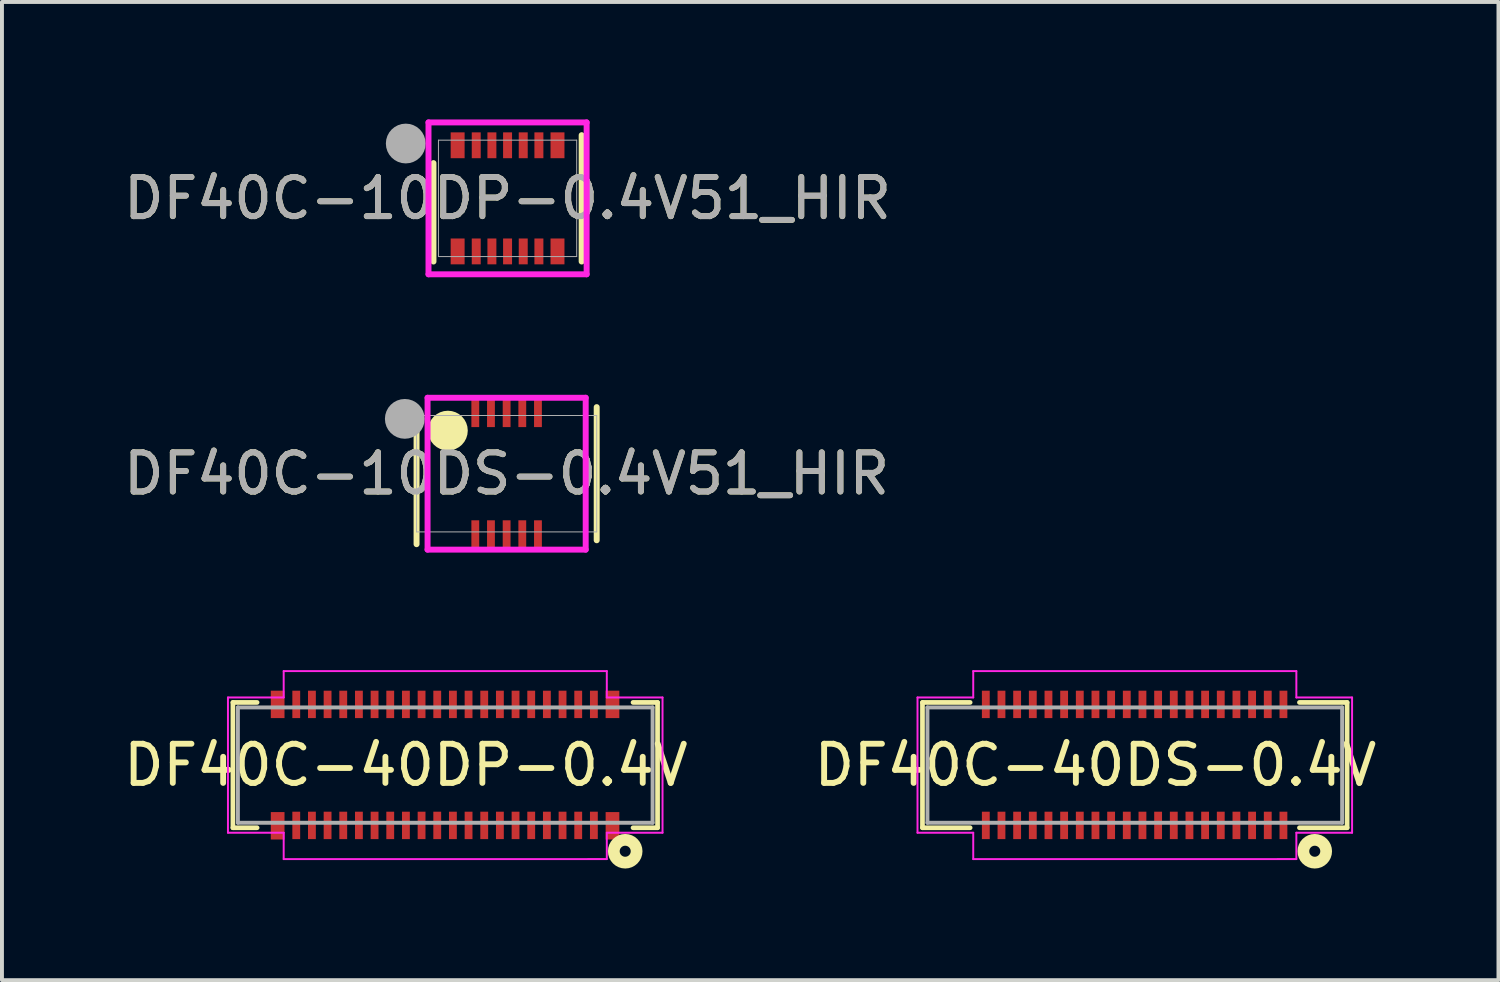
<source format=kicad_pcb>
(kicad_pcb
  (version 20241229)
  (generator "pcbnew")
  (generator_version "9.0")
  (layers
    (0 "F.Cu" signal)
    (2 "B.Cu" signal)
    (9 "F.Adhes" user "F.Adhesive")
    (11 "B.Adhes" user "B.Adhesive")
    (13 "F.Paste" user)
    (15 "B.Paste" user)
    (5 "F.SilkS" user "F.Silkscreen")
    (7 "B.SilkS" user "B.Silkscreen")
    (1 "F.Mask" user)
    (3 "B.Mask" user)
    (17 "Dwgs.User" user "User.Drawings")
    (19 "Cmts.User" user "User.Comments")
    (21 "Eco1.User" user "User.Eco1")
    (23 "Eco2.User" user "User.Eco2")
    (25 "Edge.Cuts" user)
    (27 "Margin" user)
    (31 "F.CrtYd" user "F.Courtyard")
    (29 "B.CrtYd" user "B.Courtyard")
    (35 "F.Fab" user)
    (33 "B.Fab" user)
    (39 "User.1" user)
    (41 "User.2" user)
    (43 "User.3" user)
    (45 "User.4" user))
  (footprint "DF40C-10DS-0.4V51_HIR"
    (layer "F.Cu")
    (at 9.887 9.046)
    (property "Reference" "DF40C-10DS-0.4V51_HIR" (at 0 0 0) (unlocked yes) (layer "F.SilkS") (effects (font (size 1 1) (thickness 0.15))))
    (attr smd)
    (fp_line (start -2.3 1.8) (end -2.3 -1.6) (stroke (width 0.152) (type solid)) (layer "F.SilkS"))
    (fp_line (start 2.3 1.7) (end 2.3 -1.7) (stroke (width 0.152) (type solid)) (layer "F.SilkS"))
    (fp_circle (center -1.5 -1.1) (end -1.5 -1.1) (stroke (width 0.508) (type solid)) (fill no) (layer "F.SilkS"))
    (fp_line (start -2.019 -1.939) (end -2.019 1.939) (stroke (width 0.152) (type solid)) (layer "F.CrtYd"))
    (fp_line (start -2.019 1.939) (end 2.019 1.939) (stroke (width 0.152) (type solid)) (layer "F.CrtYd"))
    (fp_line (start 2.019 -1.939) (end -2.019 -1.939) (stroke (width 0.152) (type solid)) (layer "F.CrtYd"))
    (fp_line (start 2.019 1.939) (end 2.019 -1.939) (stroke (width 0.152) (type solid)) (layer "F.CrtYd"))
    (fp_line (start -2.3 -1.486) (end -2.3 1.486) (stroke (width 0.025) (type solid)) (layer "F.Fab"))
    (fp_line (start -2.3 1.486) (end 2.3 1.486) (stroke (width 0.025) (type solid)) (layer "F.Fab"))
    (fp_line (start 2.3 -1.486) (end -2.3 -1.486) (stroke (width 0.025) (type solid)) (layer "F.Fab"))
    (fp_line (start 2.3 1.486) (end 2.3 -1.486) (stroke (width 0.025) (type solid)) (layer "F.Fab"))
    (fp_circle (center -2.6 -1.4) (end -2.6 -1.4) (stroke (width 0.508) (type solid)) (fill no) (layer "F.Fab"))
    (fp_text user "${REFERENCE}" (at 0 0 0) (unlocked yes) (layer "F.Fab") (effects (font (size 1 1) (thickness 0.15))))
    (pad "1" smd rect (at -0.8 -1.54) (size 0.2 0.7) (layers "F.Cu" "F.Mask" "F.Paste"))
    (pad "2" smd rect (at -0.8 1.54) (size 0.2 0.7) (layers "F.Cu" "F.Mask" "F.Paste"))
    (pad "3" smd rect (at -0.4 -1.54) (size 0.2 0.7) (layers "F.Cu" "F.Mask" "F.Paste"))
    (pad "4" smd rect (at -0.4 1.54) (size 0.2 0.7) (layers "F.Cu" "F.Mask" "F.Paste"))
    (pad "5" smd rect (at 0 -1.54) (size 0.2 0.7) (layers "F.Cu" "F.Mask" "F.Paste"))
    (pad "6" smd rect (at 0 1.54) (size 0.2 0.7) (layers "F.Cu" "F.Mask" "F.Paste"))
    (pad "7" smd rect (at 0.4 -1.54) (size 0.2 0.7) (layers "F.Cu" "F.Mask" "F.Paste"))
    (pad "8" smd rect (at 0.4 1.54) (size 0.2 0.7) (layers "F.Cu" "F.Mask" "F.Paste"))
    (pad "9" smd rect (at 0.8 -1.54) (size 0.2 0.7) (layers "F.Cu" "F.Mask" "F.Paste"))
    (pad "10" smd rect (at 0.8 1.54) (size 0.2 0.7) (layers "F.Cu" "F.Mask" "F.Paste")))
  (footprint "DF40C-40DS-0.4V"
    (layer "F.Cu")
    (at 24.923 16.487)
    (property "Reference" "DF40C-40DS-0.4V" (at 0 0 0) (layer "F.SilkS") (effects (font (size 1 1) (thickness 0.15))))
    (attr smd)
    (fp_line (start -4.417 -1.6) (end -4.417 1.6) (stroke (width 0.12) (type solid)) (layer "F.SilkS"))
    (fp_line (start -4.417 1.6) (end -3.2 1.6) (stroke (width 0.12) (type solid)) (layer "F.SilkS"))
    (fp_line (start -3.2 -1.6) (end -4.417 -1.6) (stroke (width 0.12) (type solid)) (layer "F.SilkS"))
    (fp_line (start 5.209 1.6) (end 6.426 1.6) (stroke (width 0.12) (type solid)) (layer "F.SilkS"))
    (fp_line (start 6.426 -1.6) (end 5.209 -1.6) (stroke (width 0.12) (type solid)) (layer "F.SilkS"))
    (fp_line (start 6.426 1.6) (end 6.426 -1.6) (stroke (width 0.12) (type solid)) (layer "F.SilkS"))
    (fp_circle (center 5.6 2.2) (end 5.741 2.2) (stroke (width 0.3) (type solid)) (fill no) (layer "F.SilkS"))
    (fp_line (start -4.544 -1.727) (end -3.121 -1.727) (stroke (width 0.05) (type solid)) (layer "F.CrtYd"))
    (fp_line (start -4.544 1.727) (end -4.544 -1.727) (stroke (width 0.05) (type solid)) (layer "F.CrtYd"))
    (fp_line (start -3.121 -2.4) (end 5.13 -2.4) (stroke (width 0.05) (type solid)) (layer "F.CrtYd"))
    (fp_line (start -3.121 -1.727) (end -3.121 -2.4) (stroke (width 0.05) (type solid)) (layer "F.CrtYd"))
    (fp_line (start -3.121 1.727) (end -4.544 1.727) (stroke (width 0.05) (type solid)) (layer "F.CrtYd"))
    (fp_line (start -3.121 2.401) (end -3.121 1.727) (stroke (width 0.05) (type solid)) (layer "F.CrtYd"))
    (fp_line (start -3.121 2.401) (end 5.13 2.4) (stroke (width 0.05) (type solid)) (layer "F.CrtYd"))
    (fp_line (start 5.13 -2.4) (end 5.13 -1.727) (stroke (width 0.05) (type solid)) (layer "F.CrtYd"))
    (fp_line (start 5.13 -1.727) (end 6.553 -1.727) (stroke (width 0.05) (type solid)) (layer "F.CrtYd"))
    (fp_line (start 5.13 1.727) (end 5.13 2.4) (stroke (width 0.05) (type solid)) (layer "F.CrtYd"))
    (fp_line (start 6.553 -1.727) (end 6.553 1.727) (stroke (width 0.05) (type solid)) (layer "F.CrtYd"))
    (fp_line (start 6.553 1.727) (end 5.13 1.727) (stroke (width 0.05) (type solid)) (layer "F.CrtYd"))
    (fp_line (start -4.29 -1.473) (end -4.29 1.473) (stroke (width 0.1) (type solid)) (layer "F.Fab"))
    (fp_line (start -4.29 1.473) (end 6.299 1.473) (stroke (width 0.1) (type solid)) (layer "F.Fab"))
    (fp_line (start 6.299 -1.473) (end -4.29 -1.473) (stroke (width 0.1) (type solid)) (layer "F.Fab"))
    (fp_line (start 6.299 1.473) (end 6.299 -1.473) (stroke (width 0.1) (type solid)) (layer "F.Fab"))
    (pad "1" smd rect (at 4.8 1.54) (size 0.2 0.7) (layers "F.Cu" "F.Mask" "F.Paste"))
    (pad "2" smd rect (at 4.8 -1.55) (size 0.2 0.7) (layers "F.Cu" "F.Mask" "F.Paste"))
    (pad "3" smd rect (at 4.4 1.54) (size 0.2 0.7) (layers "F.Cu" "F.Mask" "F.Paste"))
    (pad "4" smd rect (at 4.4 -1.55) (size 0.2 0.7) (layers "F.Cu" "F.Mask" "F.Paste"))
    (pad "5" smd rect (at 4 1.54) (size 0.2 0.7) (layers "F.Cu" "F.Mask" "F.Paste"))
    (pad "6" smd rect (at 4 -1.55) (size 0.2 0.7) (layers "F.Cu" "F.Mask" "F.Paste"))
    (pad "7" smd rect (at 3.6 1.54) (size 0.2 0.7) (layers "F.Cu" "F.Mask" "F.Paste"))
    (pad "8" smd rect (at 3.6 -1.55) (size 0.2 0.7) (layers "F.Cu" "F.Mask" "F.Paste"))
    (pad "9" smd rect (at 3.2 1.54) (size 0.2 0.7) (layers "F.Cu" "F.Mask" "F.Paste"))
    (pad "10" smd rect (at 3.2 -1.55) (size 0.2 0.7) (layers "F.Cu" "F.Mask" "F.Paste"))
    (pad "11" smd rect (at 2.8 1.54) (size 0.2 0.7) (layers "F.Cu" "F.Mask" "F.Paste"))
    (pad "12" smd rect (at 2.8 -1.55) (size 0.2 0.7) (layers "F.Cu" "F.Mask" "F.Paste"))
    (pad "13" smd rect (at 2.4 1.54) (size 0.2 0.7) (layers "F.Cu" "F.Mask" "F.Paste"))
    (pad "14" smd rect (at 2.4 -1.55) (size 0.2 0.7) (layers "F.Cu" "F.Mask" "F.Paste"))
    (pad "15" smd rect (at 2 1.54) (size 0.2 0.7) (layers "F.Cu" "F.Mask" "F.Paste"))
    (pad "16" smd rect (at 2 -1.55) (size 0.2 0.7) (layers "F.Cu" "F.Mask" "F.Paste"))
    (pad "17" smd rect (at 1.6 1.54) (size 0.2 0.7) (layers "F.Cu" "F.Mask" "F.Paste"))
    (pad "18" smd rect (at 1.6 -1.55) (size 0.2 0.7) (layers "F.Cu" "F.Mask" "F.Paste"))
    (pad "19" smd rect (at 1.2 1.54) (size 0.2 0.7) (layers "F.Cu" "F.Mask" "F.Paste"))
    (pad "20" smd rect (at 1.2 -1.55) (size 0.2 0.7) (layers "F.Cu" "F.Mask" "F.Paste"))
    (pad "21" smd rect (at 0.8 1.54) (size 0.2 0.7) (layers "F.Cu" "F.Mask" "F.Paste"))
    (pad "22" smd rect (at 0.8 -1.55) (size 0.2 0.7) (layers "F.Cu" "F.Mask" "F.Paste"))
    (pad "23" smd rect (at 0.4 1.54) (size 0.2 0.7) (layers "F.Cu" "F.Mask" "F.Paste"))
    (pad "24" smd rect (at 0.4 -1.55) (size 0.2 0.7) (layers "F.Cu" "F.Mask" "F.Paste"))
    (pad "25" smd rect (at 0 1.54) (size 0.2 0.7) (layers "F.Cu" "F.Mask" "F.Paste"))
    (pad "26" smd rect (at 0 -1.55) (size 0.2 0.7) (layers "F.Cu" "F.Mask" "F.Paste"))
    (pad "27" smd rect (at -0.4 1.54) (size 0.2 0.7) (layers "F.Cu" "F.Mask" "F.Paste"))
    (pad "28" smd rect (at -0.4 -1.55) (size 0.2 0.7) (layers "F.Cu" "F.Mask" "F.Paste"))
    (pad "29" smd rect (at -0.8 1.54) (size 0.2 0.7) (layers "F.Cu" "F.Mask" "F.Paste"))
    (pad "30" smd rect (at -0.8 -1.55) (size 0.2 0.7) (layers "F.Cu" "F.Mask" "F.Paste"))
    (pad "31" smd rect (at -1.2 1.54) (size 0.2 0.7) (layers "F.Cu" "F.Mask" "F.Paste"))
    (pad "32" smd rect (at -1.2 -1.55) (size 0.2 0.7) (layers "F.Cu" "F.Mask" "F.Paste"))
    (pad "33" smd rect (at -1.6 1.54) (size 0.2 0.7) (layers "F.Cu" "F.Mask" "F.Paste"))
    (pad "34" smd rect (at -1.6 -1.55) (size 0.2 0.7) (layers "F.Cu" "F.Mask" "F.Paste"))
    (pad "35" smd rect (at -2 1.54) (size 0.2 0.7) (layers "F.Cu" "F.Mask" "F.Paste"))
    (pad "36" smd rect (at -2 -1.55) (size 0.2 0.7) (layers "F.Cu" "F.Mask" "F.Paste"))
    (pad "37" smd rect (at -2.4 1.54) (size 0.2 0.7) (layers "F.Cu" "F.Mask" "F.Paste"))
    (pad "38" smd rect (at -2.4 -1.55) (size 0.2 0.7) (layers "F.Cu" "F.Mask" "F.Paste"))
    (pad "39" smd rect (at -2.8 1.54) (size 0.2 0.7) (layers "F.Cu" "F.Mask" "F.Paste"))
    (pad "40" smd rect (at -2.8 -1.55) (size 0.2 0.7) (layers "F.Cu" "F.Mask" "F.Paste")))
  (footprint "DF40C-10DP-0.4V51_HIR"
    (layer "F.Cu")
    (at 9.911 2.015)
    (property "Reference" "DF40C-10DP-0.4V51_HIR" (at 0 0 0) (unlocked yes) (layer "F.SilkS") (effects (font (size 1 1) (thickness 0.15))))
    (attr smd)
    (fp_line (start -1.892 -0.9) (end -1.892 1.613) (stroke (width 0.152) (type solid)) (layer "F.SilkS"))
    (fp_line (start 1.892 1.613) (end 1.892 -1.613) (stroke (width 0.152) (type solid)) (layer "F.SilkS"))
    (fp_line (start -2.019 -1.939) (end -2.019 1.939) (stroke (width 0.152) (type solid)) (layer "F.CrtYd"))
    (fp_line (start -2.019 1.939) (end 2.019 1.939) (stroke (width 0.152) (type solid)) (layer "F.CrtYd"))
    (fp_line (start 2.019 -1.939) (end -2.019 -1.939) (stroke (width 0.152) (type solid)) (layer "F.CrtYd"))
    (fp_line (start 2.019 1.939) (end 2.019 -1.939) (stroke (width 0.152) (type solid)) (layer "F.CrtYd"))
    (fp_line (start -1.765 -1.486) (end -1.765 1.486) (stroke (width 0.025) (type solid)) (layer "F.Fab"))
    (fp_line (start -1.765 1.486) (end 1.765 1.486) (stroke (width 0.025) (type solid)) (layer "F.Fab"))
    (fp_line (start 1.765 -1.486) (end -1.765 -1.486) (stroke (width 0.025) (type solid)) (layer "F.Fab"))
    (fp_line (start 1.765 1.486) (end 1.765 -1.486) (stroke (width 0.025) (type solid)) (layer "F.Fab"))
    (fp_circle (center -2.6 -1.4) (end -2.6 -1.4) (stroke (width 0.508) (type solid)) (fill no) (layer "F.Fab"))
    (fp_text user "${REFERENCE}" (at 0 0 0) (unlocked yes) (layer "F.Fab") (effects (font (size 1 1) (thickness 0.15))))
    (pad "1" smd rect (at -0.8 -1.355) (size 0.229 0.66) (layers "F.Cu" "F.Mask" "F.Paste"))
    (pad "2" smd rect (at -0.8 1.355) (size 0.229 0.66) (layers "F.Cu" "F.Mask" "F.Paste"))
    (pad "3" smd rect (at -0.4 -1.355) (size 0.229 0.66) (layers "F.Cu" "F.Mask" "F.Paste"))
    (pad "4" smd rect (at -0.4 1.355) (size 0.229 0.66) (layers "F.Cu" "F.Mask" "F.Paste"))
    (pad "5" smd rect (at 0 -1.355) (size 0.229 0.66) (layers "F.Cu" "F.Mask" "F.Paste"))
    (pad "6" smd rect (at 0 1.355) (size 0.229 0.66) (layers "F.Cu" "F.Mask" "F.Paste"))
    (pad "7" smd rect (at 0.4 -1.355) (size 0.229 0.66) (layers "F.Cu" "F.Mask" "F.Paste"))
    (pad "8" smd rect (at 0.4 1.355) (size 0.229 0.66) (layers "F.Cu" "F.Mask" "F.Paste"))
    (pad "9" smd rect (at 0.8 -1.355) (size 0.229 0.66) (layers "F.Cu" "F.Mask" "F.Paste"))
    (pad "10" smd rect (at 0.8 1.355) (size 0.229 0.66) (layers "F.Cu" "F.Mask" "F.Paste"))
    (pad "S1" smd rect (at -1.275 -1.355) (size 0.356 0.66) (layers "F.Cu" "F.Mask" "F.Paste"))
    (pad "S2" smd rect (at -1.275 1.355) (size 0.356 0.66) (layers "F.Cu" "F.Mask" "F.Paste"))
    (pad "S3" smd rect (at 1.275 -1.355) (size 0.356 0.66) (layers "F.Cu" "F.Mask" "F.Paste"))
    (pad "S4" smd rect (at 1.275 1.355) (size 0.356 0.66) (layers "F.Cu" "F.Mask" "F.Paste")))
  (footprint "DF40C-40DP-0.4V"
    (layer "F.Cu")
    (at 8.315 16.487)
    (property "Reference" "DF40C-40DP-0.4V" (at -1 0 0) (layer "F.SilkS") (effects (font (size 1 1) (thickness 0.15))))
    (attr smd)
    (fp_line (start -5.417 -1.6) (end -5.417 1.6) (stroke (width 0.12) (type solid)) (layer "F.SilkS"))
    (fp_line (start -5.417 1.6) (end -4.8 1.6) (stroke (width 0.12) (type solid)) (layer "F.SilkS"))
    (fp_line (start -4.8 -1.6) (end -5.417 -1.6) (stroke (width 0.12) (type solid)) (layer "F.SilkS"))
    (fp_line (start 4.8 1.6) (end 5.426 1.6) (stroke (width 0.12) (type solid)) (layer "F.SilkS"))
    (fp_line (start 5.426 -1.6) (end 4.8 -1.6) (stroke (width 0.12) (type solid)) (layer "F.SilkS"))
    (fp_line (start 5.426 1.6) (end 5.426 -1.6) (stroke (width 0.12) (type solid)) (layer "F.SilkS"))
    (fp_circle (center 4.6 2.2) (end 4.741 2.2) (stroke (width 0.3) (type solid)) (fill no) (layer "F.SilkS"))
    (fp_line (start -5.544 -1.727) (end -4.121 -1.727) (stroke (width 0.05) (type solid)) (layer "F.CrtYd"))
    (fp_line (start -5.544 1.727) (end -5.544 -1.727) (stroke (width 0.05) (type solid)) (layer "F.CrtYd"))
    (fp_line (start -4.121 -2.4) (end 4.13 -2.4) (stroke (width 0.05) (type solid)) (layer "F.CrtYd"))
    (fp_line (start -4.121 -1.727) (end -4.121 -2.4) (stroke (width 0.05) (type solid)) (layer "F.CrtYd"))
    (fp_line (start -4.121 1.727) (end -5.544 1.727) (stroke (width 0.05) (type solid)) (layer "F.CrtYd"))
    (fp_line (start -4.121 2.401) (end -4.121 1.727) (stroke (width 0.05) (type solid)) (layer "F.CrtYd"))
    (fp_line (start -4.121 2.401) (end 4.13 2.4) (stroke (width 0.05) (type solid)) (layer "F.CrtYd"))
    (fp_line (start 4.13 -2.4) (end 4.13 -1.727) (stroke (width 0.05) (type solid)) (layer "F.CrtYd"))
    (fp_line (start 4.13 -1.727) (end 5.553 -1.727) (stroke (width 0.05) (type solid)) (layer "F.CrtYd"))
    (fp_line (start 4.13 1.727) (end 4.13 2.4) (stroke (width 0.05) (type solid)) (layer "F.CrtYd"))
    (fp_line (start 5.553 -1.727) (end 5.553 1.727) (stroke (width 0.05) (type solid)) (layer "F.CrtYd"))
    (fp_line (start 5.553 1.727) (end 4.13 1.727) (stroke (width 0.05) (type solid)) (layer "F.CrtYd"))
    (fp_line (start -5.29 -1.473) (end -5.29 1.473) (stroke (width 0.1) (type solid)) (layer "F.Fab"))
    (fp_line (start -5.29 1.473) (end 5.299 1.473) (stroke (width 0.1) (type solid)) (layer "F.Fab"))
    (fp_line (start 5.299 -1.473) (end -5.29 -1.473) (stroke (width 0.1) (type solid)) (layer "F.Fab"))
    (fp_line (start 5.299 1.473) (end 5.299 -1.473) (stroke (width 0.1) (type solid)) (layer "F.Fab"))
    (pad "1" smd rect (at 3.8 1.54) (size 0.2 0.7) (layers "F.Cu" "F.Mask" "F.Paste"))
    (pad "2" smd rect (at 3.8 -1.55) (size 0.2 0.7) (layers "F.Cu" "F.Mask" "F.Paste"))
    (pad "3" smd rect (at 3.4 1.54) (size 0.2 0.7) (layers "F.Cu" "F.Mask" "F.Paste"))
    (pad "4" smd rect (at 3.4 -1.55) (size 0.2 0.7) (layers "F.Cu" "F.Mask" "F.Paste"))
    (pad "5" smd rect (at 3 1.54) (size 0.2 0.7) (layers "F.Cu" "F.Mask" "F.Paste"))
    (pad "6" smd rect (at 3 -1.55) (size 0.2 0.7) (layers "F.Cu" "F.Mask" "F.Paste"))
    (pad "7" smd rect (at 2.6 1.54) (size 0.2 0.7) (layers "F.Cu" "F.Mask" "F.Paste"))
    (pad "8" smd rect (at 2.6 -1.55) (size 0.2 0.7) (layers "F.Cu" "F.Mask" "F.Paste"))
    (pad "9" smd rect (at 2.2 1.54) (size 0.2 0.7) (layers "F.Cu" "F.Mask" "F.Paste"))
    (pad "10" smd rect (at 2.2 -1.55) (size 0.2 0.7) (layers "F.Cu" "F.Mask" "F.Paste"))
    (pad "11" smd rect (at 1.8 1.54) (size 0.2 0.7) (layers "F.Cu" "F.Mask" "F.Paste"))
    (pad "12" smd rect (at 1.8 -1.55) (size 0.2 0.7) (layers "F.Cu" "F.Mask" "F.Paste"))
    (pad "13" smd rect (at 1.4 1.54) (size 0.2 0.7) (layers "F.Cu" "F.Mask" "F.Paste"))
    (pad "14" smd rect (at 1.4 -1.55) (size 0.2 0.7) (layers "F.Cu" "F.Mask" "F.Paste"))
    (pad "15" smd rect (at 1 1.54) (size 0.2 0.7) (layers "F.Cu" "F.Mask" "F.Paste"))
    (pad "16" smd rect (at 1 -1.55) (size 0.2 0.7) (layers "F.Cu" "F.Mask" "F.Paste"))
    (pad "17" smd rect (at 0.6 1.54) (size 0.2 0.7) (layers "F.Cu" "F.Mask" "F.Paste"))
    (pad "18" smd rect (at 0.6 -1.55) (size 0.2 0.7) (layers "F.Cu" "F.Mask" "F.Paste"))
    (pad "19" smd rect (at 0.2 1.54) (size 0.2 0.7) (layers "F.Cu" "F.Mask" "F.Paste"))
    (pad "20" smd rect (at 0.2 -1.55) (size 0.2 0.7) (layers "F.Cu" "F.Mask" "F.Paste"))
    (pad "21" smd rect (at -0.2 1.54) (size 0.2 0.7) (layers "F.Cu" "F.Mask" "F.Paste"))
    (pad "22" smd rect (at -0.2 -1.55) (size 0.2 0.7) (layers "F.Cu" "F.Mask" "F.Paste"))
    (pad "23" smd rect (at -0.6 1.54) (size 0.2 0.7) (layers "F.Cu" "F.Mask" "F.Paste"))
    (pad "24" smd rect (at -0.6 -1.55) (size 0.2 0.7) (layers "F.Cu" "F.Mask" "F.Paste"))
    (pad "25" smd rect (at -1 1.54) (size 0.2 0.7) (layers "F.Cu" "F.Mask" "F.Paste"))
    (pad "26" smd rect (at -1 -1.55) (size 0.2 0.7) (layers "F.Cu" "F.Mask" "F.Paste"))
    (pad "27" smd rect (at -1.4 1.54) (size 0.2 0.7) (layers "F.Cu" "F.Mask" "F.Paste"))
    (pad "28" smd rect (at -1.4 -1.55) (size 0.2 0.7) (layers "F.Cu" "F.Mask" "F.Paste"))
    (pad "29" smd rect (at -1.8 1.54) (size 0.2 0.7) (layers "F.Cu" "F.Mask" "F.Paste"))
    (pad "30" smd rect (at -1.8 -1.55) (size 0.2 0.7) (layers "F.Cu" "F.Mask" "F.Paste"))
    (pad "31" smd rect (at -2.2 1.54) (size 0.2 0.7) (layers "F.Cu" "F.Mask" "F.Paste"))
    (pad "32" smd rect (at -2.2 -1.55) (size 0.2 0.7) (layers "F.Cu" "F.Mask" "F.Paste"))
    (pad "33" smd rect (at -2.6 1.54) (size 0.2 0.7) (layers "F.Cu" "F.Mask" "F.Paste"))
    (pad "34" smd rect (at -2.6 -1.55) (size 0.2 0.7) (layers "F.Cu" "F.Mask" "F.Paste"))
    (pad "35" smd rect (at -3 1.54) (size 0.2 0.7) (layers "F.Cu" "F.Mask" "F.Paste"))
    (pad "36" smd rect (at -3 -1.55) (size 0.2 0.7) (layers "F.Cu" "F.Mask" "F.Paste"))
    (pad "37" smd rect (at -3.4 1.54) (size 0.2 0.7) (layers "F.Cu" "F.Mask" "F.Paste"))
    (pad "38" smd rect (at -3.4 -1.55) (size 0.2 0.7) (layers "F.Cu" "F.Mask" "F.Paste"))
    (pad "39" smd rect (at -3.8 1.54) (size 0.2 0.7) (layers "F.Cu" "F.Mask" "F.Paste"))
    (pad "40" smd rect (at -3.8 -1.55) (size 0.2 0.7) (layers "F.Cu" "F.Mask" "F.Paste"))
    (pad "MP" smd rect (at -4.275 -1.55) (size 0.35 0.7) (layers "F.Cu" "F.Mask" "F.Paste"))
    (pad "MP" smd rect (at -4.275 1.55) (size 0.35 0.7) (layers "F.Cu" "F.Mask" "F.Paste"))
    (pad "MP" smd rect (at 4.275 -1.55) (size 0.35 0.7) (layers "F.Cu" "F.Mask" "F.Paste"))
    (pad "MP" smd rect (at 4.275 1.55) (size 0.35 0.7) (layers "F.Cu" "F.Mask" "F.Paste")))
  (gr_rect
    (start -3 -3)
    (end 35.214 21.978)
    (stroke (width 0.1) (type default))
    (fill no)
    (layer "Edge.Cuts")))
</source>
